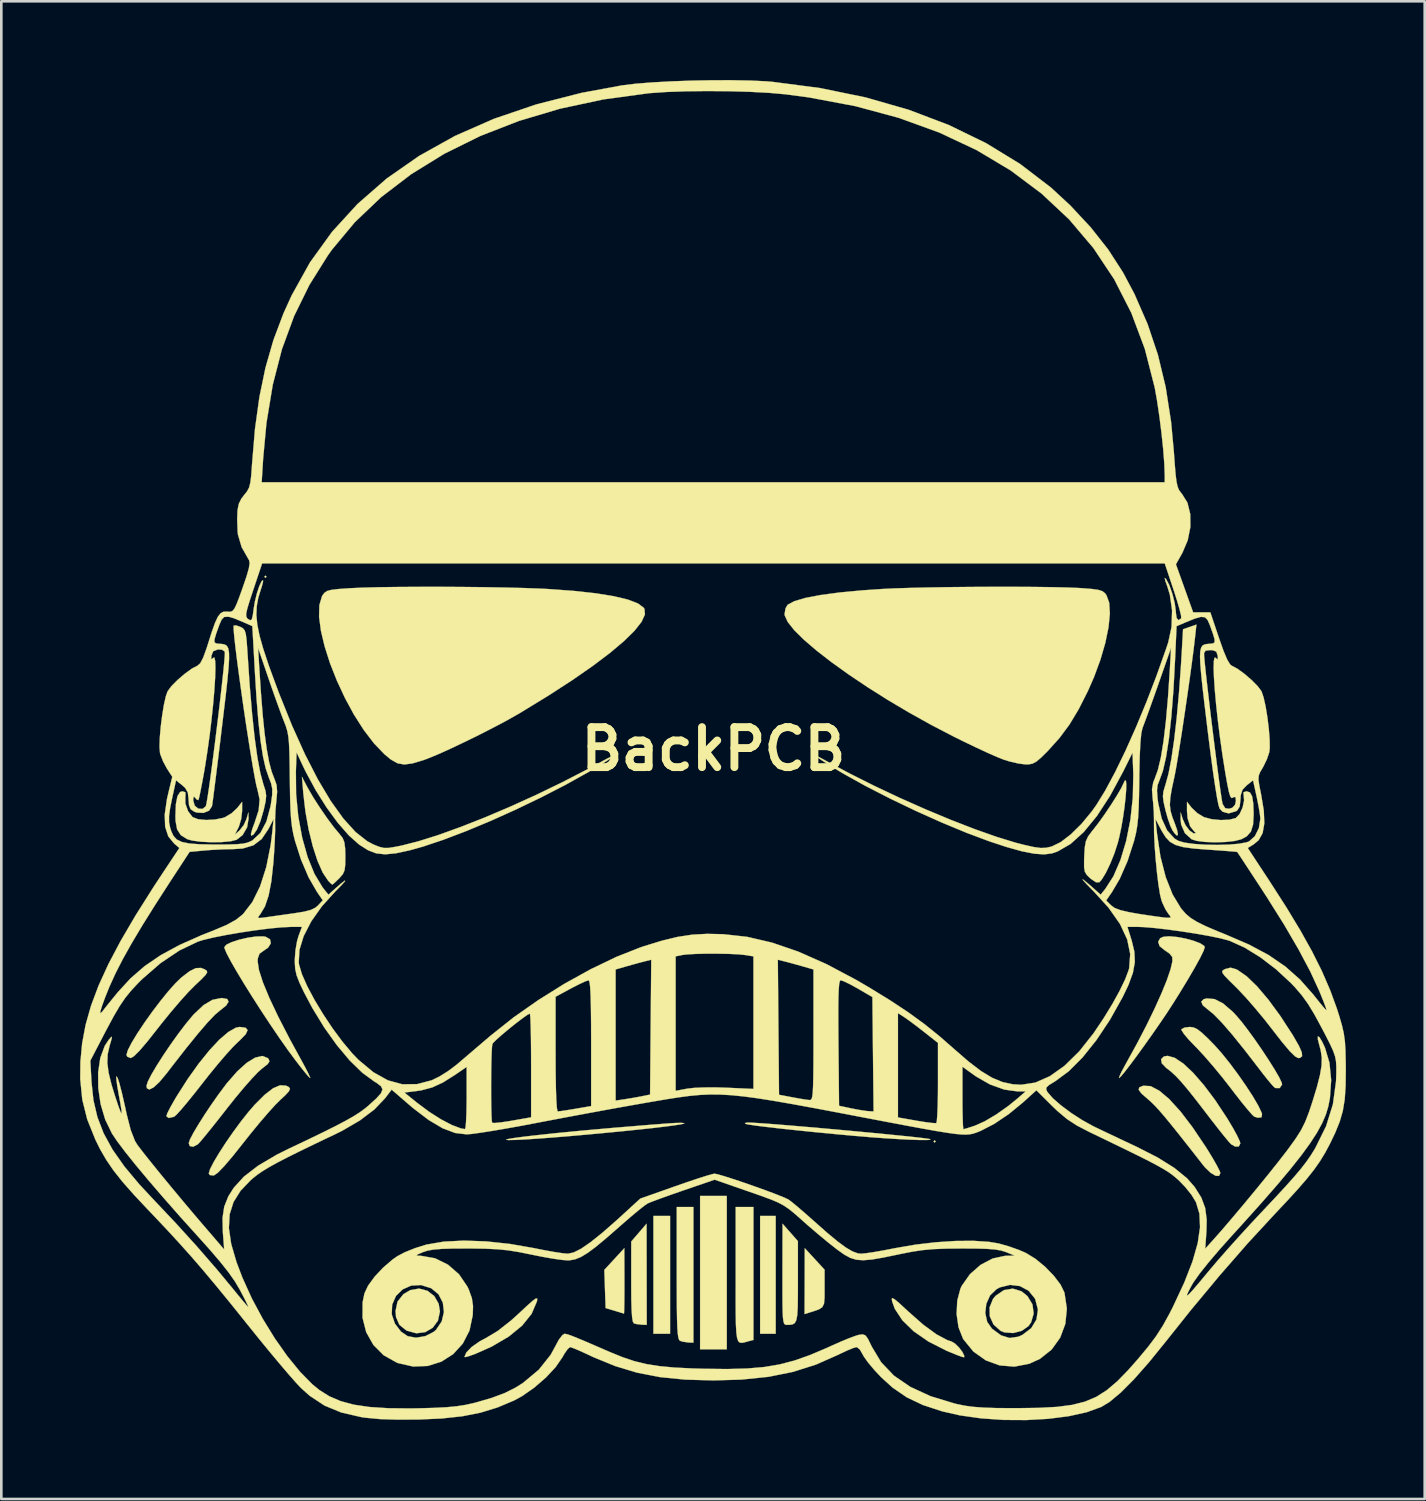
<source format=kicad_pcb>
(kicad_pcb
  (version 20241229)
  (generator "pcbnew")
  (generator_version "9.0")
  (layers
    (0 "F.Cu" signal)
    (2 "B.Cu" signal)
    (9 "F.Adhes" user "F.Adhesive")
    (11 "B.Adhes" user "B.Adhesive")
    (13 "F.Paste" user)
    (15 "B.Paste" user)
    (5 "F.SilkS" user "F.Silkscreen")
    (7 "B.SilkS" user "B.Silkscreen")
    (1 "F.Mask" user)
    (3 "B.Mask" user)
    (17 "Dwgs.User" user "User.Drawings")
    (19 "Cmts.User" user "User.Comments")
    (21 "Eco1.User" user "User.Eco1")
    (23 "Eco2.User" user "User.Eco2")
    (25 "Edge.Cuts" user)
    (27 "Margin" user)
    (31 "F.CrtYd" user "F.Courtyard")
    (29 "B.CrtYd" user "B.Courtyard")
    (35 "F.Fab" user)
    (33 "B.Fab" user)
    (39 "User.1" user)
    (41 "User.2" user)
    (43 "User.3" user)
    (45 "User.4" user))
  (footprint "BackPCB"
    (layer "F.Cu")
    (at 24.119 25.475)
    (property "Reference" "BackPCB" (at 0 0 0) (layer "F.SilkS") (effects (font (size 1.524 1.524) (thickness 0.3))))
    (attr through_hole)
    (fp_poly (pts (xy -17.018 -6.562) (xy -17.06 -6.519) (xy -17.103 -6.562) (xy -17.06 -6.604) (xy -17.018 -6.562)) (stroke (width 0.01) (type solid)) (fill yes) (layer "F.SilkS"))
    (fp_poly (pts (xy -1.651 22.267) (xy -2.286 22.267) (xy -2.286 17.78) (xy -1.651 17.78) (xy -1.651 22.267)) (stroke (width 0.01) (type solid)) (fill yes) (layer "F.SilkS"))
    (fp_poly (pts (xy 0.508 22.86) (xy -0.508 22.86) (xy -0.508 17.018) (xy 0.508 17.018) (xy 0.508 22.86)) (stroke (width 0.01) (type solid)) (fill yes) (layer "F.SilkS"))
    (fp_poly (pts (xy 2.371 22.267) (xy 1.778 22.267) (xy 1.778 17.78) (xy 2.371 17.78) (xy 2.371 22.267)) (stroke (width 0.01) (type solid)) (fill yes) (layer "F.SilkS"))
    (fp_poly (pts (xy 8.467 14.944) (xy 8.424 14.986) (xy 8.382 14.944) (xy 8.424 14.901) (xy 8.467 14.944)) (stroke (width 0.01) (type solid)) (fill yes) (layer "F.SilkS"))
    (fp_poly (pts (xy 3.856 19.418) (xy 4.233 19.828) (xy 4.233 20.542) (xy 4.232 20.895) (xy 4.212 21.119) (xy 4.147 21.254) (xy 4.013 21.341) (xy 3.784 21.42) (xy 3.662 21.457) (xy 3.471 21.517) (xy 3.475 20.262) (xy 3.478 19.008) (xy 3.856 19.418)) (stroke (width 0.01) (type solid)) (fill yes) (layer "F.SilkS"))
    (fp_poly (pts (xy -3.39 20.256) (xy -3.39 20.694) (xy -3.393 21.063) (xy -3.398 21.336) (xy -3.404 21.482) (xy -3.408 21.499) (xy -3.494 21.473) (xy -3.685 21.415) (xy -3.768 21.39) (xy -4.106 21.289) (xy -4.131 20.562) (xy -4.155 19.835) (xy -3.774 19.421) (xy -3.393 19.008) (xy -3.39 20.256)) (stroke (width 0.01) (type solid)) (fill yes) (layer "F.SilkS"))
    (fp_poly (pts (xy -2.543 20.003) (xy -2.54 21.929) (xy -2.731 21.922) (xy -2.931 21.898) (xy -3.027 21.873) (xy -3.067 21.81) (xy -3.096 21.65) (xy -3.116 21.373) (xy -3.128 20.965) (xy -3.131 20.407) (xy -3.131 20.292) (xy -3.13 18.754) (xy -2.838 18.415) (xy -2.546 18.076) (xy -2.543 20.003)) (stroke (width 0.01) (type solid)) (fill yes) (layer "F.SilkS"))
    (fp_poly (pts (xy -1.079 17.441) (xy -0.762 17.441) (xy -0.762 22.606) (xy -0.953 22.6) (xy -1.165 22.57) (xy -1.27 22.537) (xy -1.307 22.5) (xy -1.336 22.415) (xy -1.358 22.265) (xy -1.375 22.033) (xy -1.386 21.7) (xy -1.393 21.249) (xy -1.396 20.663) (xy -1.397 19.96) (xy -1.397 17.441) (xy -1.079 17.441)) (stroke (width 0.01) (type solid)) (fill yes) (layer "F.SilkS"))
    (fp_poly (pts (xy 1.524 22.502) (xy 1.333 22.553) (xy 1.198 22.591) (xy 1.09 22.614) (xy 1.006 22.606) (xy 0.944 22.549) (xy 0.901 22.427) (xy 0.873 22.224) (xy 0.856 21.923) (xy 0.848 21.507) (xy 0.846 20.961) (xy 0.847 20.266) (xy 0.847 20.024) (xy 0.847 17.441) (xy 1.524 17.441) (xy 1.524 22.502)) (stroke (width 0.01) (type solid)) (fill yes) (layer "F.SilkS"))
    (fp_poly (pts (xy -10.893 20.63) (xy -10.632 20.831) (xy -10.463 21.126) (xy -10.416 21.418) (xy -10.491 21.769) (xy -10.689 22.038) (xy -10.973 22.205) (xy -11.31 22.25) (xy -11.665 22.155) (xy -11.703 22.135) (xy -11.961 21.926) (xy -12.087 21.635) (xy -12.107 21.403) (xy -12.03 21.043) (xy -11.807 20.76) (xy -11.546 20.606) (xy -11.209 20.546) (xy -10.893 20.63)) (stroke (width 0.01) (type solid)) (fill yes) (layer "F.SilkS"))
    (fp_poly (pts (xy 11.732 20.651) (xy 11.959 20.834) (xy 12.149 21.148) (xy 12.196 21.496) (xy 12.098 21.832) (xy 12.001 21.972) (xy 11.745 22.154) (xy 11.415 22.24) (xy 11.083 22.216) (xy 10.931 22.154) (xy 10.665 21.914) (xy 10.524 21.602) (xy 10.516 21.263) (xy 10.646 20.942) (xy 10.746 20.821) (xy 11.063 20.605) (xy 11.401 20.548) (xy 11.732 20.651)) (stroke (width 0.01) (type solid)) (fill yes) (layer "F.SilkS"))
    (fp_poly (pts (xy 3.217 18.74) (xy 3.217 20.283) (xy 3.216 20.848) (xy 3.21 21.267) (xy 3.192 21.56) (xy 3.156 21.751) (xy 3.097 21.861) (xy 3.01 21.912) (xy 2.888 21.928) (xy 2.787 21.929) (xy 2.735 21.921) (xy 2.695 21.886) (xy 2.667 21.801) (xy 2.647 21.647) (xy 2.635 21.404) (xy 2.629 21.05) (xy 2.628 20.566) (xy 2.628 20.003) (xy 2.632 18.076) (xy 3.217 18.74)) (stroke (width 0.01) (type solid)) (fill yes) (layer "F.SilkS"))
    (fp_poly (pts (xy -6.714 20.994) (xy -6.724 21.04) (xy -6.925 21.51) (xy -7.286 21.958) (xy -7.798 22.377) (xy -8.452 22.76) (xy -9.055 23.028) (xy -9.29 23.113) (xy -9.445 23.155) (xy -9.483 23.152) (xy -9.409 22.978) (xy -9.209 22.772) (xy -8.914 22.564) (xy -8.67 22.433) (xy -8.217 22.162) (xy -7.699 21.755) (xy -7.397 21.481) (xy -7.088 21.193) (xy -6.883 21.011) (xy -6.764 20.925) (xy -6.714 20.924) (xy -6.714 20.994)) (stroke (width 0.01) (type solid)) (fill yes) (layer "F.SilkS"))
    (fp_poly (pts (xy 6.904 20.957) (xy 7.071 21.097) (xy 7.336 21.341) (xy 7.433 21.431) (xy 7.997 21.928) (xy 8.49 22.288) (xy 8.905 22.509) (xy 9.066 22.562) (xy 9.202 22.643) (xy 9.355 22.794) (xy 9.485 22.967) (xy 9.553 23.11) (xy 9.545 23.164) (xy 9.461 23.145) (xy 9.26 23.071) (xy 8.979 22.956) (xy 8.861 22.906) (xy 8.187 22.563) (xy 7.627 22.175) (xy 7.195 21.755) (xy 6.907 21.318) (xy 6.807 21.04) (xy 6.79 20.939) (xy 6.817 20.908) (xy 6.904 20.957)) (stroke (width 0.01) (type solid)) (fill yes) (layer "F.SilkS"))
    (fp_poly (pts (xy -15.448 1.482) (xy -15.247 1.829) (xy -14.987 2.233) (xy -14.705 2.642) (xy -14.435 3.002) (xy -14.237 3.239) (xy -14.121 3.387) (xy -14.055 3.55) (xy -14.025 3.783) (xy -14.017 4.078) (xy -14.021 4.404) (xy -14.047 4.615) (xy -14.112 4.763) (xy -14.23 4.902) (xy -14.252 4.924) (xy -14.407 5.075) (xy -14.503 5.159) (xy -14.514 5.165) (xy -14.581 5.11) (xy -14.673 5.014) (xy -14.879 4.706) (xy -15.077 4.258) (xy -15.258 3.701) (xy -15.415 3.065) (xy -15.538 2.38) (xy -15.618 1.693) (xy -15.671 1.058) (xy -15.448 1.482)) (stroke (width 0.01) (type solid)) (fill yes) (layer "F.SilkS"))
    (fp_poly (pts (xy -18.516 9.519) (xy -18.464 9.62) (xy -18.559 9.771) (xy -18.785 9.951) (xy -18.982 10.117) (xy -19.261 10.409) (xy -19.623 10.83) (xy -20.072 11.384) (xy -20.611 12.074) (xy -20.831 12.361) (xy -21.098 12.68) (xy -21.319 12.885) (xy -21.482 12.967) (xy -21.574 12.919) (xy -21.59 12.825) (xy -21.541 12.667) (xy -21.407 12.403) (xy -21.205 12.061) (xy -20.955 11.669) (xy -20.675 11.255) (xy -20.383 10.846) (xy -20.098 10.471) (xy -19.838 10.158) (xy -19.777 10.09) (xy -19.414 9.749) (xy -19.079 9.551) (xy -18.744 9.483) (xy -18.716 9.483) (xy -18.516 9.519)) (stroke (width 0.01) (type solid)) (fill yes) (layer "F.SilkS"))
    (fp_poly (pts (xy -17.817 10.613) (xy -17.739 10.704) (xy -17.812 10.862) (xy -18.034 11.091) (xy -18.095 11.145) (xy -18.289 11.335) (xy -18.557 11.63) (xy -18.873 11.999) (xy -19.21 12.411) (xy -19.462 12.732) (xy -19.771 13.125) (xy -20.052 13.472) (xy -20.287 13.749) (xy -20.457 13.934) (xy -20.538 14.003) (xy -20.742 14.051) (xy -20.825 13.991) (xy -20.828 13.96) (xy -20.787 13.848) (xy -20.676 13.632) (xy -20.516 13.35) (xy -20.438 13.219) (xy -20.018 12.561) (xy -19.599 11.974) (xy -19.193 11.471) (xy -18.815 11.067) (xy -18.476 10.776) (xy -18.192 10.613) (xy -18.044 10.583) (xy -17.817 10.613)) (stroke (width 0.01) (type solid)) (fill yes) (layer "F.SilkS"))
    (fp_poly (pts (xy -16.277 12.819) (xy -16.171 12.872) (xy -16.125 12.936) (xy -16.166 13.033) (xy -16.31 13.19) (xy -16.492 13.358) (xy -16.693 13.559) (xy -16.969 13.864) (xy -17.292 14.241) (xy -17.635 14.659) (xy -17.894 14.986) (xy -18.311 15.51) (xy -18.638 15.893) (xy -18.875 16.136) (xy -19.022 16.238) (xy -19.034 16.241) (xy -19.181 16.223) (xy -19.219 16.163) (xy -19.17 15.999) (xy -19.033 15.731) (xy -18.828 15.388) (xy -18.575 14.996) (xy -18.291 14.586) (xy -17.996 14.184) (xy -17.708 13.82) (xy -17.473 13.549) (xy -17.086 13.163) (xy -16.768 12.918) (xy -16.503 12.805) (xy -16.277 12.819)) (stroke (width 0.01) (type solid)) (fill yes) (layer "F.SilkS"))
    (fp_poly (pts (xy -1.108 14.249) (xy -1.108 14.257) (xy -1.211 14.287) (xy -1.461 14.327) (xy -1.835 14.377) (xy -2.312 14.433) (xy -2.868 14.493) (xy -3.482 14.556) (xy -4.13 14.619) (xy -4.792 14.68) (xy -5.445 14.738) (xy -6.065 14.789) (xy -6.632 14.832) (xy -7.123 14.865) (xy -7.515 14.885) (xy -7.787 14.891) (xy -7.816 14.891) (xy -7.899 14.879) (xy -7.825 14.853) (xy -7.604 14.814) (xy -7.246 14.766) (xy -6.9 14.725) (xy -6.024 14.63) (xy -4.986 14.53) (xy -3.794 14.424) (xy -2.458 14.314) (xy -1.736 14.258) (xy -1.429 14.239) (xy -1.208 14.236) (xy -1.108 14.249)) (stroke (width 0.01) (type solid)) (fill yes) (layer "F.SilkS"))
    (fp_poly (pts (xy 16.65 12.838) (xy 16.979 13.01) (xy 17.358 13.331) (xy 17.783 13.798) (xy 18.247 14.406) (xy 18.748 15.151) (xy 18.829 15.278) (xy 19.025 15.601) (xy 19.182 15.878) (xy 19.281 16.074) (xy 19.304 16.146) (xy 19.254 16.256) (xy 19.122 16.25) (xy 18.938 16.141) (xy 18.728 15.941) (xy 18.65 15.847) (xy 18.158 15.218) (xy 17.757 14.71) (xy 17.432 14.305) (xy 17.173 13.99) (xy 16.965 13.749) (xy 16.796 13.567) (xy 16.654 13.428) (xy 16.546 13.335) (xy 16.303 13.121) (xy 16.195 12.979) (xy 16.214 12.888) (xy 16.354 12.827) (xy 16.374 12.822) (xy 16.65 12.838)) (stroke (width 0.01) (type solid)) (fill yes) (layer "F.SilkS"))
    (fp_poly (pts (xy 17.567 11.759) (xy 17.894 11.977) (xy 18.266 12.326) (xy 18.673 12.793) (xy 19.104 13.366) (xy 19.546 14.034) (xy 19.59 14.104) (xy 19.787 14.435) (xy 19.944 14.723) (xy 20.042 14.932) (xy 20.066 15.015) (xy 20.009 15.134) (xy 19.868 15.138) (xy 19.715 15.05) (xy 19.62 14.948) (xy 19.445 14.737) (xy 19.21 14.442) (xy 18.937 14.091) (xy 18.779 13.885) (xy 18.386 13.374) (xy 18.073 12.98) (xy 17.82 12.68) (xy 17.609 12.454) (xy 17.421 12.281) (xy 17.237 12.138) (xy 17.072 11.966) (xy 17.047 11.81) (xy 17.157 11.706) (xy 17.299 11.684) (xy 17.567 11.759)) (stroke (width 0.01) (type solid)) (fill yes) (layer "F.SilkS"))
    (fp_poly (pts (xy 19.083 9.522) (xy 19.404 9.685) (xy 19.766 9.995) (xy 19.913 10.15) (xy 20.121 10.395) (xy 20.367 10.717) (xy 20.635 11.087) (xy 20.904 11.478) (xy 21.157 11.862) (xy 21.377 12.213) (xy 21.544 12.502) (xy 21.64 12.703) (xy 21.656 12.775) (xy 21.565 12.912) (xy 21.407 12.911) (xy 21.368 12.889) (xy 21.277 12.797) (xy 21.114 12.603) (xy 20.909 12.345) (xy 20.825 12.234) (xy 20.248 11.486) (xy 19.761 10.881) (xy 19.362 10.419) (xy 19.051 10.101) (xy 18.859 9.944) (xy 18.639 9.764) (xy 18.576 9.622) (xy 18.669 9.527) (xy 18.79 9.497) (xy 19.083 9.522)) (stroke (width 0.01) (type solid)) (fill yes) (layer "F.SilkS"))
    (fp_poly (pts (xy 19.898 8.383) (xy 19.96 8.413) (xy 20.307 8.654) (xy 20.702 9.036) (xy 21.133 9.544) (xy 21.587 10.162) (xy 22.05 10.875) (xy 22.091 10.942) (xy 22.299 11.306) (xy 22.407 11.553) (xy 22.418 11.699) (xy 22.336 11.763) (xy 22.272 11.769) (xy 22.148 11.703) (xy 21.945 11.503) (xy 21.66 11.165) (xy 21.323 10.732) (xy 20.988 10.303) (xy 20.623 9.863) (xy 20.269 9.458) (xy 19.965 9.134) (xy 19.913 9.083) (xy 19.634 8.808) (xy 19.461 8.628) (xy 19.381 8.516) (xy 19.379 8.449) (xy 19.441 8.402) (xy 19.495 8.376) (xy 19.691 8.326) (xy 19.898 8.383)) (stroke (width 0.01) (type solid)) (fill yes) (layer "F.SilkS"))
    (fp_poly (pts (xy -19.379 8.387) (xy -19.298 8.44) (xy -19.278 8.501) (xy -19.336 8.598) (xy -19.486 8.756) (xy -19.746 9.002) (xy -19.75 9.006) (xy -20 9.259) (xy -20.317 9.611) (xy -20.667 10.022) (xy -21.017 10.452) (xy -21.169 10.647) (xy -21.555 11.136) (xy -21.855 11.487) (xy -22.068 11.698) (xy -22.191 11.769) (xy -22.324 11.715) (xy -22.352 11.645) (xy -22.3 11.467) (xy -22.158 11.189) (xy -21.944 10.836) (xy -21.678 10.436) (xy -21.381 10.017) (xy -21.069 9.606) (xy -20.765 9.23) (xy -20.486 8.916) (xy -20.255 8.694) (xy -19.947 8.46) (xy -19.712 8.344) (xy -19.516 8.335) (xy -19.379 8.387)) (stroke (width 0.01) (type solid)) (fill yes) (layer "F.SilkS"))
    (fp_poly (pts (xy -16.973 11.768) (xy -16.94 11.803) (xy -16.907 11.894) (xy -16.978 12.001) (xy -17.175 12.156) (xy -17.185 12.163) (xy -17.347 12.307) (xy -17.587 12.56) (xy -17.882 12.895) (xy -18.208 13.286) (xy -18.516 13.674) (xy -18.833 14.079) (xy -19.122 14.442) (xy -19.364 14.74) (xy -19.54 14.95) (xy -19.631 15.049) (xy -19.631 15.05) (xy -19.813 15.146) (xy -19.942 15.119) (xy -19.981 15.005) (xy -19.934 14.866) (xy -19.805 14.619) (xy -19.612 14.294) (xy -19.374 13.918) (xy -19.108 13.521) (xy -18.834 13.132) (xy -18.57 12.78) (xy -18.516 12.71) (xy -18.128 12.268) (xy -17.768 11.945) (xy -17.447 11.75) (xy -17.178 11.688) (xy -16.973 11.768)) (stroke (width 0.01) (type solid)) (fill yes) (layer "F.SilkS"))
    (fp_poly (pts (xy 18.282 10.601) (xy 18.427 10.669) (xy 18.605 10.807) (xy 18.847 11.036) (xy 19.092 11.287) (xy 19.367 11.597) (xy 19.672 11.978) (xy 19.985 12.399) (xy 20.283 12.828) (xy 20.546 13.233) (xy 20.75 13.583) (xy 20.874 13.844) (xy 20.892 13.902) (xy 20.873 14.025) (xy 20.731 14.041) (xy 20.594 13.998) (xy 20.508 13.918) (xy 20.341 13.727) (xy 20.115 13.45) (xy 19.849 13.11) (xy 19.708 12.925) (xy 19.379 12.503) (xy 19.025 12.074) (xy 18.686 11.683) (xy 18.4 11.375) (xy 18.349 11.325) (xy 18.106 11.072) (xy 17.924 10.858) (xy 17.828 10.711) (xy 17.822 10.669) (xy 17.936 10.609) (xy 18.138 10.583) (xy 18.145 10.583) (xy 18.282 10.601)) (stroke (width 0.01) (type solid)) (fill yes) (layer "F.SilkS"))
    (fp_poly (pts (xy 1.516 14.232) (xy 1.848 14.253) (xy 2.292 14.286) (xy 2.826 14.329) (xy 3.429 14.38) (xy 4.076 14.436) (xy 4.747 14.496) (xy 5.419 14.558) (xy 6.068 14.619) (xy 6.674 14.678) (xy 7.213 14.732) (xy 7.663 14.779) (xy 8.002 14.818) (xy 8.207 14.846) (xy 8.255 14.856) (xy 8.255 14.88) (xy 8.108 14.89) (xy 7.835 14.888) (xy 7.458 14.875) (xy 6.999 14.851) (xy 6.479 14.818) (xy 5.919 14.777) (xy 5.376 14.731) (xy 4.597 14.66) (xy 3.855 14.588) (xy 3.168 14.518) (xy 2.556 14.453) (xy 2.035 14.393) (xy 1.625 14.342) (xy 1.343 14.3) (xy 1.207 14.271) (xy 1.199 14.266) (xy 1.233 14.232) (xy 1.32 14.224) (xy 1.516 14.232)) (stroke (width 0.01) (type solid)) (fill yes) (layer "F.SilkS"))
    (fp_poly (pts (xy 15.709 1.208) (xy 15.723 1.343) (xy 15.717 1.575) (xy 15.692 1.879) (xy 15.652 2.233) (xy 15.597 2.612) (xy 15.531 2.993) (xy 15.455 3.353) (xy 15.399 3.573) (xy 15.27 3.972) (xy 15.111 4.367) (xy 14.943 4.716) (xy 14.785 4.974) (xy 14.696 5.074) (xy 14.57 5.075) (xy 14.372 4.942) (xy 14.351 4.924) (xy 14.22 4.798) (xy 14.147 4.677) (xy 14.116 4.511) (xy 14.116 4.251) (xy 14.122 4.074) (xy 14.142 3.739) (xy 14.183 3.512) (xy 14.268 3.328) (xy 14.417 3.127) (xy 14.473 3.059) (xy 14.676 2.797) (xy 14.909 2.47) (xy 15.146 2.116) (xy 15.36 1.778) (xy 15.525 1.497) (xy 15.609 1.321) (xy 15.671 1.193) (xy 15.709 1.208)) (stroke (width 0.01) (type solid)) (fill yes) (layer "F.SilkS"))
    (fp_poly (pts (xy -17.049 7.15) (xy -16.884 7.248) (xy -16.856 7.4) (xy -16.961 7.565) (xy -17.103 7.662) (xy -17.285 7.792) (xy -17.351 7.971) (xy -17.357 8.086) (xy -17.307 8.417) (xy -17.158 8.882) (xy -16.913 9.476) (xy -16.572 10.196) (xy -16.137 11.039) (xy -15.704 11.832) (xy -15.541 12.132) (xy -15.421 12.368) (xy -15.36 12.507) (xy -15.358 12.531) (xy -15.425 12.468) (xy -15.568 12.298) (xy -15.766 12.05) (xy -15.91 11.862) (xy -16.209 11.458) (xy -16.537 10.991) (xy -16.881 10.484) (xy -17.229 9.957) (xy -17.565 9.433) (xy -17.878 8.932) (xy -18.153 8.476) (xy -18.377 8.086) (xy -18.537 7.783) (xy -18.619 7.589) (xy -18.627 7.546) (xy -18.55 7.452) (xy -18.347 7.353) (xy -18.063 7.261) (xy -17.741 7.186) (xy -17.423 7.14) (xy -17.154 7.134) (xy -17.049 7.15)) (stroke (width 0.01) (type solid)) (fill yes) (layer "F.SilkS"))
    (fp_poly (pts (xy 18.336 -4.212) (xy 18.289 -3.812) (xy 18.223 -3.307) (xy 18.144 -2.727) (xy 18.055 -2.1) (xy 17.961 -1.455) (xy 17.867 -0.824) (xy 17.776 -0.234) (xy 17.693 0.285) (xy 17.623 0.703) (xy 17.569 0.99) (xy 17.558 1.044) (xy 17.456 1.512) (xy 17.398 1.86) (xy 17.382 2.128) (xy 17.409 2.359) (xy 17.478 2.595) (xy 17.551 2.783) (xy 17.655 3.075) (xy 17.689 3.252) (xy 17.657 3.301) (xy 17.561 3.211) (xy 17.486 3.106) (xy 17.4 2.924) (xy 17.301 2.639) (xy 17.216 2.336) (xy 17.144 2.02) (xy 17.117 1.801) (xy 17.137 1.615) (xy 17.202 1.397) (xy 17.212 1.368) (xy 17.328 0.947) (xy 17.44 0.37) (xy 17.545 -0.346) (xy 17.642 -1.189) (xy 17.729 -2.144) (xy 17.805 -3.196) (xy 17.828 -3.572) (xy 17.884 -4.562) (xy 18.394 -4.74) (xy 18.336 -4.212)) (stroke (width 0.01) (type solid)) (fill yes) (layer "F.SilkS"))
    (fp_poly (pts (xy 17.659 7.158) (xy 17.984 7.219) (xy 18.293 7.304) (xy 18.543 7.401) (xy 18.69 7.499) (xy 18.711 7.546) (xy 18.666 7.686) (xy 18.537 7.949) (xy 18.335 8.317) (xy 18.07 8.771) (xy 17.752 9.294) (xy 17.501 9.694) (xy 17.272 10.047) (xy 17.003 10.444) (xy 16.712 10.863) (xy 16.416 11.28) (xy 16.132 11.673) (xy 15.875 12.018) (xy 15.664 12.291) (xy 15.515 12.47) (xy 15.446 12.531) (xy 15.462 12.463) (xy 15.546 12.283) (xy 15.684 12.025) (xy 15.744 11.917) (xy 16.132 11.213) (xy 16.486 10.532) (xy 16.798 9.891) (xy 17.061 9.307) (xy 17.268 8.8) (xy 17.409 8.386) (xy 17.479 8.083) (xy 17.473 7.92) (xy 17.365 7.786) (xy 17.177 7.657) (xy 17.177 7.657) (xy 16.991 7.506) (xy 16.936 7.341) (xy 17.014 7.203) (xy 17.134 7.15) (xy 17.361 7.131) (xy 17.659 7.158)) (stroke (width 0.01) (type solid)) (fill yes) (layer "F.SilkS"))
    (fp_poly (pts (xy -20.109 1.645) (xy -20.106 1.781) (xy -20.111 1.802) (xy -20.11 2.073) (xy -20.009 2.364) (xy -19.842 2.584) (xy -19.83 2.594) (xy -19.625 2.672) (xy -19.322 2.702) (xy -18.983 2.685) (xy -18.673 2.621) (xy -18.596 2.593) (xy -18.343 2.44) (xy -18.133 2.243) (xy -17.949 2.009) (xy -17.949 2.363) (xy -17.984 2.666) (xy -18.07 2.951) (xy -18.088 2.989) (xy -18.226 3.26) (xy -18.044 3.097) (xy -17.886 2.894) (xy -17.786 2.674) (xy -17.711 2.413) (xy -17.703 2.65) (xy -17.76 2.984) (xy -17.929 3.276) (xy -18.159 3.455) (xy -18.389 3.513) (xy -18.73 3.544) (xy -19.125 3.549) (xy -19.517 3.53) (xy -19.85 3.486) (xy -20.038 3.433) (xy -20.283 3.28) (xy -20.425 3.059) (xy -20.484 2.733) (xy -20.489 2.556) (xy -20.471 2.097) (xy -20.412 1.794) (xy -20.312 1.637) (xy -20.223 1.609) (xy -20.109 1.645)) (stroke (width 0.01) (type solid)) (fill yes) (layer "F.SilkS"))
    (fp_poly (pts (xy -18.012 -4.651) (xy -17.917 -4.598) (xy -17.852 -4.52) (xy -17.809 -4.386) (xy -17.779 -4.16) (xy -17.753 -3.81) (xy -17.743 -3.653) (xy -17.659 -2.412) (xy -17.568 -1.338) (xy -17.471 -0.428) (xy -17.367 0.321) (xy -17.256 0.911) (xy -17.138 1.345) (xy -17.13 1.368) (xy -17.058 1.593) (xy -17.033 1.777) (xy -17.052 1.985) (xy -17.118 2.283) (xy -17.131 2.336) (xy -17.253 2.752) (xy -17.385 3.067) (xy -17.515 3.257) (xy -17.603 3.302) (xy -17.612 3.232) (xy -17.563 3.048) (xy -17.476 2.815) (xy -17.318 2.329) (xy -17.282 1.918) (xy -17.363 1.551) (xy -17.407 1.385) (xy -17.467 1.084) (xy -17.541 0.672) (xy -17.624 0.172) (xy -17.714 -0.395) (xy -17.808 -1.004) (xy -17.901 -1.633) (xy -17.99 -2.261) (xy -18.073 -2.862) (xy -18.146 -3.416) (xy -18.206 -3.899) (xy -18.249 -4.288) (xy -18.272 -4.561) (xy -18.272 -4.695) (xy -18.269 -4.704) (xy -18.169 -4.705) (xy -18.012 -4.651)) (stroke (width 0.01) (type solid)) (fill yes) (layer "F.SilkS"))
    (fp_poly (pts (xy 20.431 1.652) (xy 20.513 1.797) (xy 20.558 2.066) (xy 20.573 2.48) (xy 20.573 2.482) (xy 20.551 2.876) (xy 20.469 3.144) (xy 20.31 3.325) (xy 20.104 3.436) (xy 19.85 3.501) (xy 19.499 3.54) (xy 19.104 3.552) (xy 18.72 3.538) (xy 18.401 3.497) (xy 18.213 3.438) (xy 17.955 3.204) (xy 17.811 2.876) (xy 17.79 2.667) (xy 17.795 2.413) (xy 17.867 2.655) (xy 17.977 2.9) (xy 18.13 3.102) (xy 18.283 3.21) (xy 18.322 3.216) (xy 18.369 3.192) (xy 18.322 3.153) (xy 18.157 2.951) (xy 18.057 2.635) (xy 18.034 2.365) (xy 18.034 2.009) (xy 18.218 2.243) (xy 18.431 2.443) (xy 18.68 2.593) (xy 18.973 2.672) (xy 19.32 2.705) (xy 19.649 2.691) (xy 19.89 2.628) (xy 19.895 2.625) (xy 20.04 2.472) (xy 20.153 2.224) (xy 20.209 1.957) (xy 20.193 1.779) (xy 20.185 1.645) (xy 20.303 1.609) (xy 20.304 1.609) (xy 20.431 1.652)) (stroke (width 0.01) (type solid)) (fill yes) (layer "F.SilkS"))
    (fp_poly (pts (xy -9.573 -6.173) (xy -8.732 -6.164) (xy -7.936 -6.15) (xy -7.214 -6.132) (xy -6.597 -6.109) (xy -6.293 -6.094) (xy -5.32 -6.023) (xy -4.487 -5.932) (xy -3.798 -5.821) (xy -3.26 -5.692) (xy -2.878 -5.546) (xy -2.658 -5.384) (xy -2.627 -5.338) (xy -2.608 -5.126) (xy -2.736 -4.846) (xy -3.005 -4.505) (xy -3.41 -4.107) (xy -3.945 -3.657) (xy -4.603 -3.16) (xy -5.379 -2.622) (xy -6.267 -2.046) (xy -7.26 -1.438) (xy -7.436 -1.333) (xy -7.86 -1.093) (xy -8.367 -0.824) (xy -8.92 -0.541) (xy -9.485 -0.264) (xy -10.025 -0.008) (xy -10.506 0.208) (xy -10.892 0.367) (xy -11.037 0.42) (xy -11.457 0.546) (xy -11.773 0.589) (xy -12.034 0.542) (xy -12.288 0.397) (xy -12.528 0.198) (xy -12.929 -0.219) (xy -13.319 -0.73) (xy -13.69 -1.312) (xy -14.032 -1.943) (xy -14.338 -2.6) (xy -14.599 -3.26) (xy -14.804 -3.901) (xy -14.947 -4.5) (xy -15.018 -5.035) (xy -15.007 -5.481) (xy -14.907 -5.818) (xy -14.881 -5.863) (xy -14.808 -5.955) (xy -14.711 -6.019) (xy -14.555 -6.061) (xy -14.305 -6.092) (xy -13.928 -6.119) (xy -13.837 -6.125) (xy -13.371 -6.146) (xy -12.767 -6.162) (xy -12.055 -6.172) (xy -11.265 -6.177) (xy -10.427 -6.178) (xy -9.573 -6.173)) (stroke (width 0.01) (type solid)) (fill yes) (layer "F.SilkS"))
    (fp_poly (pts (xy 11.438 -6.178) (xy 12.194 -6.174) (xy 12.877 -6.165) (xy 13.458 -6.152) (xy 13.909 -6.134) (xy 14.048 -6.125) (xy 14.422 -6.095) (xy 14.665 -6.06) (xy 14.816 -6.01) (xy 14.912 -5.934) (xy 14.969 -5.858) (xy 15.073 -5.567) (xy 15.097 -5.153) (xy 15.046 -4.639) (xy 14.925 -4.048) (xy 14.739 -3.406) (xy 14.491 -2.734) (xy 14.259 -2.207) (xy 13.907 -1.511) (xy 13.558 -0.932) (xy 13.18 -0.423) (xy 12.742 0.064) (xy 12.483 0.322) (xy 12.297 0.479) (xy 12.145 0.559) (xy 11.989 0.585) (xy 11.892 0.586) (xy 11.624 0.553) (xy 11.288 0.476) (xy 11.057 0.405) (xy 10.816 0.309) (xy 10.46 0.153) (xy 10.026 -0.048) (xy 9.548 -0.277) (xy 9.152 -0.473) (xy 8.294 -0.919) (xy 7.451 -1.389) (xy 6.636 -1.872) (xy 5.862 -2.361) (xy 5.143 -2.844) (xy 4.491 -3.312) (xy 3.92 -3.755) (xy 3.444 -4.164) (xy 3.075 -4.529) (xy 2.828 -4.841) (xy 2.715 -5.089) (xy 2.709 -5.145) (xy 2.746 -5.359) (xy 2.825 -5.494) (xy 3.079 -5.63) (xy 3.497 -5.754) (xy 4.072 -5.864) (xy 4.801 -5.962) (xy 5.677 -6.044) (xy 6.435 -6.096) (xy 6.922 -6.119) (xy 7.532 -6.138) (xy 8.236 -6.154) (xy 9.007 -6.166) (xy 9.816 -6.174) (xy 10.636 -6.178) (xy 11.438 -6.178)) (stroke (width 0.01) (type solid)) (fill yes) (layer "F.SilkS"))
    (fp_poly (pts (xy 0.179 16.199) (xy 0.44 16.276) (xy 0.79 16.388) (xy 1.196 16.525) (xy 1.622 16.674) (xy 2.035 16.823) (xy 2.4 16.961) (xy 2.683 17.074) (xy 2.85 17.151) (xy 2.86 17.158) (xy 2.997 17.26) (xy 3.226 17.45) (xy 3.516 17.701) (xy 3.834 17.982) (xy 4.331 18.422) (xy 4.729 18.752) (xy 5.044 18.984) (xy 5.294 19.131) (xy 5.496 19.205) (xy 5.622 19.219) (xy 5.805 19.202) (xy 6.111 19.157) (xy 6.499 19.089) (xy 6.926 19.006) (xy 6.943 19.003) (xy 7.696 18.873) (xy 8.465 18.783) (xy 9.212 18.734) (xy 9.901 18.728) (xy 10.493 18.767) (xy 10.864 18.829) (xy 11.249 18.939) (xy 11.648 19.081) (xy 11.901 19.191) (xy 12.264 19.414) (xy 12.629 19.714) (xy 12.959 20.054) (xy 13.218 20.394) (xy 13.365 20.696) (xy 13.369 20.707) (xy 13.46 21.314) (xy 13.401 21.892) (xy 13.204 22.418) (xy 12.88 22.869) (xy 12.44 23.22) (xy 12.033 23.408) (xy 11.462 23.519) (xy 10.897 23.472) (xy 10.368 23.278) (xy 9.903 22.948) (xy 9.528 22.491) (xy 9.5 22.445) (xy 9.333 22.021) (xy 9.261 21.521) (xy 9.263 21.48) (xy 10.352 21.48) (xy 10.426 21.816) (xy 10.606 22.073) (xy 10.955 22.329) (xy 11.281 22.429) (xy 11.611 22.38) (xy 11.765 22.311) (xy 12.101 22.056) (xy 12.302 21.724) (xy 12.358 21.348) (xy 12.257 20.958) (xy 12.239 20.921) (xy 12 20.627) (xy 11.672 20.452) (xy 11.296 20.406) (xy 10.912 20.5) (xy 10.783 20.568) (xy 10.536 20.806) (xy 10.391 21.127) (xy 10.352 21.48) (xy 9.263 21.48) (xy 9.285 21.009) (xy 9.406 20.55) (xy 9.458 20.439) (xy 9.77 19.997) (xy 10.175 19.642) (xy 10.635 19.401) (xy 11.11 19.299) (xy 11.152 19.298) (xy 11.472 19.292) (xy 11.134 19.154) (xy 10.956 19.098) (xy 10.725 19.059) (xy 10.411 19.034) (xy 9.985 19.022) (xy 9.44 19.02) (xy 8.857 19.026) (xy 8.388 19.044) (xy 7.98 19.081) (xy 7.579 19.14) (xy 7.131 19.228) (xy 7.037 19.248) (xy 6.471 19.365) (xy 6.038 19.44) (xy 5.704 19.468) (xy 5.438 19.448) (xy 5.207 19.376) (xy 4.978 19.25) (xy 4.721 19.067) (xy 4.69 19.043) (xy 4.378 18.798) (xy 4 18.485) (xy 3.612 18.154) (xy 3.395 17.961) (xy 3.121 17.718) (xy 2.9 17.536) (xy 2.695 17.394) (xy 2.472 17.273) (xy 2.194 17.155) (xy 1.826 17.019) (xy 1.356 16.855) (xy 0.046 16.4) (xy -1.141 16.807) (xy -1.576 16.958) (xy -1.965 17.097) (xy -2.275 17.211) (xy -2.471 17.289) (xy -2.51 17.307) (xy -2.637 17.395) (xy -2.862 17.574) (xy -3.155 17.819) (xy -3.487 18.107) (xy -3.588 18.196) (xy -4.081 18.627) (xy -4.474 18.953) (xy -4.788 19.187) (xy -5.043 19.342) (xy -5.261 19.431) (xy -5.463 19.469) (xy -5.555 19.473) (xy -5.774 19.455) (xy -6.112 19.407) (xy -6.521 19.335) (xy -6.952 19.248) (xy -7.416 19.155) (xy -7.821 19.09) (xy -8.224 19.05) (xy -8.677 19.028) (xy -9.235 19.02) (xy -9.356 19.02) (xy -9.917 19.022) (xy -10.339 19.035) (xy -10.649 19.06) (xy -10.878 19.1) (xy -11.049 19.154) (xy -11.253 19.24) (xy -11.311 19.281) (xy -11.233 19.295) (xy -11.134 19.299) (xy -10.602 19.393) (xy -10.11 19.635) (xy -9.688 20.003) (xy -9.368 20.474) (xy -9.315 20.589) (xy -9.199 20.911) (xy -9.155 21.212) (xy -9.166 21.562) (xy -9.289 22.144) (xy -9.544 22.641) (xy -9.909 23.041) (xy -10.36 23.33) (xy -10.876 23.493) (xy -11.433 23.516) (xy -12.01 23.385) (xy -12.057 23.367) (xy -12.559 23.086) (xy -12.951 22.692) (xy -13.223 22.208) (xy -13.363 21.659) (xy -13.362 21.527) (xy -12.251 21.527) (xy -12.13 21.882) (xy -11.897 22.187) (xy -11.642 22.36) (xy -11.325 22.418) (xy -10.972 22.358) (xy -10.654 22.196) (xy -10.564 22.118) (xy -10.348 21.799) (xy -10.263 21.44) (xy -10.305 21.081) (xy -10.469 20.765) (xy -10.749 20.533) (xy -10.75 20.533) (xy -11.138 20.412) (xy -11.51 20.433) (xy -11.837 20.578) (xy -12.089 20.826) (xy -12.235 21.158) (xy -12.251 21.527) (xy -13.362 21.527) (xy -13.36 21.07) (xy -13.29 20.729) (xy -13.152 20.436) (xy -12.905 20.097) (xy -12.584 19.754) (xy -12.225 19.445) (xy -12.035 19.312) (xy -11.745 19.16) (xy -11.362 19.007) (xy -10.96 18.88) (xy -10.914 18.869) (xy -10.271 18.759) (xy -9.508 18.72) (xy -8.658 18.749) (xy -7.753 18.846) (xy -6.868 19) (xy -6.44 19.085) (xy -6.049 19.155) (xy -5.736 19.202) (xy -5.545 19.219) (xy -5.543 19.219) (xy -5.324 19.172) (xy -5.036 19.027) (xy -4.671 18.775) (xy -4.218 18.411) (xy -3.667 17.927) (xy -3.531 17.803) (xy -2.787 17.121) (xy -1.443 16.646) (xy -0.988 16.488) (xy -0.581 16.352) (xy -0.253 16.248) (xy -0.032 16.186) (xy 0.042 16.171) (xy 0.179 16.199)) (stroke (width 0.01) (type solid)) (fill yes) (layer "F.SilkS"))
    (fp_poly (pts (xy 1.406 -25.457) (xy 2.006 -25.429) (xy 2.244 -25.409) (xy 4.066 -25.171) (xy 5.797 -24.815) (xy 7.432 -24.346) (xy 8.962 -23.765) (xy 10.38 -23.075) (xy 11.679 -22.281) (xy 12.852 -21.384) (xy 13.584 -20.707) (xy 14.373 -19.861) (xy 15.033 -19.024) (xy 15.597 -18.151) (xy 16.035 -17.326) (xy 16.535 -16.18) (xy 16.928 -15.009) (xy 17.224 -13.778) (xy 17.429 -12.456) (xy 17.532 -11.345) (xy 17.57 -10.825) (xy 17.602 -10.445) (xy 17.636 -10.178) (xy 17.676 -9.996) (xy 17.727 -9.87) (xy 17.796 -9.772) (xy 17.838 -9.725) (xy 18.051 -9.383) (xy 18.159 -8.946) (xy 18.163 -8.455) (xy 18.062 -7.949) (xy 17.861 -7.476) (xy 17.613 -7.035) (xy 18.268 -5.207) (xy 18.923 -5.207) (xy 19.257 -4.213) (xy 19.428 -3.731) (xy 19.567 -3.403) (xy 19.679 -3.219) (xy 19.743 -3.17) (xy 19.951 -3.061) (xy 20.218 -2.867) (xy 20.494 -2.63) (xy 20.728 -2.393) (xy 20.871 -2.201) (xy 20.95 -1.972) (xy 21.028 -1.624) (xy 21.097 -1.206) (xy 21.15 -0.768) (xy 21.182 -0.361) (xy 21.186 -0.034) (xy 21.168 0.119) (xy 21.078 0.387) (xy 20.939 0.675) (xy 20.908 0.727) (xy 20.814 0.887) (xy 20.765 1.019) (xy 20.757 1.172) (xy 20.789 1.395) (xy 20.856 1.727) (xy 20.959 2.345) (xy 20.979 2.831) (xy 20.915 3.2) (xy 20.764 3.47) (xy 20.577 3.627) (xy 20.348 3.768) (xy 21.183 5.038) (xy 21.819 6.028) (xy 22.355 6.914) (xy 22.803 7.719) (xy 23.176 8.466) (xy 23.484 9.178) (xy 23.74 9.879) (xy 23.843 10.202) (xy 23.938 10.533) (xy 24.004 10.822) (xy 24.046 11.117) (xy 24.069 11.463) (xy 24.079 11.909) (xy 24.082 12.192) (xy 24.075 12.826) (xy 24.041 13.34) (xy 23.969 13.779) (xy 23.85 14.192) (xy 23.673 14.626) (xy 23.48 15.028) (xy 23.298 15.369) (xy 23.103 15.69) (xy 22.876 16.014) (xy 22.598 16.365) (xy 22.251 16.766) (xy 21.816 17.241) (xy 21.367 17.718) (xy 20.345 18.825) (xy 19.272 20.055) (xy 18.171 21.379) (xy 17.226 22.564) (xy 16.586 23.354) (xy 16.014 24.003) (xy 15.512 24.507) (xy 15.082 24.865) (xy 14.77 25.054) (xy 14.214 25.256) (xy 13.529 25.407) (xy 12.75 25.507) (xy 11.912 25.554) (xy 11.048 25.549) (xy 10.192 25.489) (xy 9.379 25.374) (xy 8.715 25.223) (xy 7.977 24.981) (xy 7.362 24.688) (xy 6.822 24.318) (xy 6.39 23.926) (xy 6.12 23.637) (xy 5.888 23.36) (xy 5.727 23.135) (xy 5.681 23.05) (xy 5.575 22.866) (xy 5.462 22.777) (xy 5.449 22.775) (xy 5.32 22.812) (xy 5.087 22.908) (xy 4.797 23.044) (xy 4.742 23.071) (xy 3.901 23.443) (xy 3.029 23.719) (xy 2.095 23.907) (xy 1.067 24.013) (xy 0 24.044) (xy -1.078 24.014) (xy -2.036 23.918) (xy -2.913 23.748) (xy -3.747 23.496) (xy -4.578 23.155) (xy -4.739 23.079) (xy -5.041 22.939) (xy -5.289 22.833) (xy -5.439 22.779) (xy -5.459 22.775) (xy -5.545 22.844) (xy -5.67 23.02) (xy -5.749 23.159) (xy -6.008 23.536) (xy -6.38 23.935) (xy -6.821 24.317) (xy -7.286 24.641) (xy -7.592 24.808) (xy -8.224 25.074) (xy -8.868 25.272) (xy -9.562 25.409) (xy -10.344 25.494) (xy -11.218 25.533) (xy -12.028 25.538) (xy -12.695 25.517) (xy -13.244 25.466) (xy -13.412 25.441) (xy -14.169 25.267) (xy -14.81 25.003) (xy -15.376 24.629) (xy -15.706 24.334) (xy -15.894 24.133) (xy -16.168 23.823) (xy -16.507 23.425) (xy -16.892 22.964) (xy -17.303 22.463) (xy -17.721 21.943) (xy -17.727 21.937) (xy -18.352 21.158) (xy -18.901 20.486) (xy -19.399 19.89) (xy -19.872 19.342) (xy -20.345 18.812) (xy -20.844 18.271) (xy -21.394 17.689) (xy -21.553 17.523) (xy -22.082 16.959) (xy -22.506 16.477) (xy -22.845 16.05) (xy -23.12 15.648) (xy -23.355 15.243) (xy -23.539 14.87) (xy -23.849 14.098) (xy -24.036 13.349) (xy -24.114 12.563) (xy -24.107 11.904) (xy -24.103 11.867) (xy -23.729 11.867) (xy -23.684 12.686) (xy -23.611 13.372) (xy -23.461 14.013) (xy -23.223 14.632) (xy -22.884 15.252) (xy -22.433 15.895) (xy -21.858 16.583) (xy -21.294 17.187) (xy -20.48 18.049) (xy -19.674 18.937) (xy -18.92 19.805) (xy -18.33 20.516) (xy -18.091 20.81) (xy -17.893 21.048) (xy -17.758 21.204) (xy -17.711 21.251) (xy -17.735 21.182) (xy -17.824 20.998) (xy -17.961 20.732) (xy -18.037 20.589) (xy -18.222 20.275) (xy -18.468 19.926) (xy -18.79 19.52) (xy -19.205 19.036) (xy -19.616 18.578) (xy -20.304 17.815) (xy -20.937 17.096) (xy -21.506 16.434) (xy -21.999 15.844) (xy -22.406 15.336) (xy -22.715 14.925) (xy -22.904 14.644) (xy -23.162 14.112) (xy -23.337 13.523) (xy -23.427 12.911) (xy -23.432 12.314) (xy -23.351 11.767) (xy -23.181 11.305) (xy -23.033 11.079) (xy -22.939 10.97) (xy -22.905 10.958) (xy -22.926 11.067) (xy -22.996 11.303) (xy -23.068 11.621) (xy -23.082 11.949) (xy -23.034 12.325) (xy -22.921 12.785) (xy -22.777 13.25) (xy -22.653 13.62) (xy -22.573 13.829) (xy -22.537 13.878) (xy -22.541 13.764) (xy -22.586 13.488) (xy -22.647 13.158) (xy -22.702 12.845) (xy -22.735 12.604) (xy -22.741 12.475) (xy -22.738 12.465) (xy -22.694 12.514) (xy -22.624 12.723) (xy -22.527 13.096) (xy -22.404 13.633) (xy -22.34 13.928) (xy -22.192 14.505) (xy -22.034 14.914) (xy -21.94 15.071) (xy -21.732 15.343) (xy -21.436 15.716) (xy -21.073 16.164) (xy -20.665 16.66) (xy -20.235 17.177) (xy -19.805 17.688) (xy -19.474 18.076) (xy -18.632 19.056) (xy -18.683 18.39) (xy -18.686 18.244) (xy -18.453 18.244) (xy -18.365 18.845) (xy -18.162 19.541) (xy -17.935 20.138) (xy -17.58 20.92) (xy -17.164 21.696) (xy -16.706 22.44) (xy -16.226 23.122) (xy -15.743 23.715) (xy -15.276 24.19) (xy -15.008 24.41) (xy -14.626 24.649) (xy -14.194 24.834) (xy -13.69 24.969) (xy -13.093 25.057) (xy -12.381 25.103) (xy -11.53 25.111) (xy -11.261 25.107) (xy -10.65 25.09) (xy -10.17 25.066) (xy -9.782 25.029) (xy -9.446 24.977) (xy -9.124 24.905) (xy -9.063 24.89) (xy -8.447 24.711) (xy -7.953 24.527) (xy -7.535 24.318) (xy -7.252 24.139) (xy -6.651 23.638) (xy -6.198 23.068) (xy -6.027 22.755) (xy -5.886 22.493) (xy -5.754 22.32) (xy -5.673 22.27) (xy -5.613 22.276) (xy -5.524 22.3) (xy -5.387 22.349) (xy -5.178 22.433) (xy -4.878 22.559) (xy -4.465 22.737) (xy -3.936 22.966) (xy -3.459 23.16) (xy -3.012 23.31) (xy -2.558 23.421) (xy -2.062 23.5) (xy -1.489 23.554) (xy -0.803 23.588) (xy -0.339 23.601) (xy 0.538 23.611) (xy 1.284 23.59) (xy 1.934 23.534) (xy 2.525 23.434) (xy 3.093 23.285) (xy 3.675 23.079) (xy 4.306 22.812) (xy 4.489 22.728) (xy 4.854 22.566) (xy 5.187 22.429) (xy 5.444 22.336) (xy 5.547 22.307) (xy 5.688 22.291) (xy 5.789 22.33) (xy 5.882 22.457) (xy 6.003 22.701) (xy 6.029 22.757) (xy 6.387 23.352) (xy 6.875 23.863) (xy 7.501 24.292) (xy 8.269 24.645) (xy 9.185 24.924) (xy 9.293 24.95) (xy 9.589 25.01) (xy 9.911 25.052) (xy 10.293 25.08) (xy 10.768 25.096) (xy 11.37 25.101) (xy 11.557 25.101) (xy 12.39 25.089) (xy 13.082 25.052) (xy 13.66 24.976) (xy 14.151 24.852) (xy 14.583 24.669) (xy 14.983 24.414) (xy 15.378 24.078) (xy 15.796 23.649) (xy 16.159 23.238) (xy 16.549 22.771) (xy 16.855 22.363) (xy 17.116 21.957) (xy 17.371 21.494) (xy 17.499 21.242) (xy 17.929 20.322) (xy 18.243 19.517) (xy 18.443 18.816) (xy 18.531 18.211) (xy 18.508 17.695) (xy 18.377 17.258) (xy 18.373 17.25) (xy 18.209 16.982) (xy 17.967 16.678) (xy 17.726 16.429) (xy 17.597 16.315) (xy 17.466 16.209) (xy 17.316 16.103) (xy 17.13 15.988) (xy 16.892 15.854) (xy 16.585 15.692) (xy 16.192 15.494) (xy 15.697 15.251) (xy 15.082 14.952) (xy 14.332 14.591) (xy 14.309 14.58) (xy 13.838 14.335) (xy 13.46 14.088) (xy 13.104 13.788) (xy 12.901 13.594) (xy 12.299 12.995) (xy 11.781 13.464) (xy 11.244 13.904) (xy 10.693 14.274) (xy 10.173 14.543) (xy 9.987 14.616) (xy 9.876 14.65) (xy 9.757 14.673) (xy 9.616 14.683) (xy 9.434 14.678) (xy 9.197 14.655) (xy 8.888 14.612) (xy 8.49 14.547) (xy 7.988 14.458) (xy 7.365 14.343) (xy 6.605 14.2) (xy 5.884 14.062) (xy 5.708 14.029) (xy 7.027 14.029) (xy 7.726 14.152) (xy 8.053 14.205) (xy 8.315 14.239) (xy 8.468 14.248) (xy 8.488 14.245) (xy 8.508 14.154) (xy 8.526 13.922) (xy 8.54 13.576) (xy 8.546 13.288) (xy 9.483 13.288) (xy 9.485 13.715) (xy 9.493 14.074) (xy 9.503 14.335) (xy 9.517 14.467) (xy 9.522 14.478) (xy 9.618 14.453) (xy 9.82 14.389) (xy 9.965 14.341) (xy 10.335 14.175) (xy 10.773 13.915) (xy 11.233 13.59) (xy 11.596 13.294) (xy 11.889 13.039) (xy 11.59 13.039) (xy 11.169 12.981) (xy 12.676 12.981) (xy 12.726 13.07) (xy 12.924 13.298) (xy 13.235 13.569) (xy 13.621 13.857) (xy 14.043 14.13) (xy 14.461 14.362) (xy 14.52 14.391) (xy 14.891 14.568) (xy 15.347 14.784) (xy 15.821 15.008) (xy 16.11 15.144) (xy 16.911 15.552) (xy 17.55 15.95) (xy 18.033 16.344) (xy 18.323 16.673) (xy 18.579 17.081) (xy 18.727 17.478) (xy 18.785 17.923) (xy 18.774 18.375) (xy 18.729 19.027) (xy 19.044 18.679) (xy 19.377 18.301) (xy 19.777 17.833) (xy 20.218 17.309) (xy 20.669 16.763) (xy 21.104 16.23) (xy 21.492 15.744) (xy 21.807 15.339) (xy 21.89 15.229) (xy 22.173 14.837) (xy 22.378 14.514) (xy 22.536 14.198) (xy 22.679 13.83) (xy 22.805 13.451) (xy 22.982 12.872) (xy 23.098 12.417) (xy 23.159 12.055) (xy 23.167 11.753) (xy 23.127 11.479) (xy 23.086 11.324) (xy 23.018 11.059) (xy 23.018 10.942) (xy 23.076 10.971) (xy 23.181 11.144) (xy 23.286 11.367) (xy 23.46 11.947) (xy 23.525 12.607) (xy 23.478 13.289) (xy 23.413 13.62) (xy 23.319 13.928) (xy 23.177 14.257) (xy 22.98 14.617) (xy 22.718 15.02) (xy 22.384 15.478) (xy 21.968 16.003) (xy 21.462 16.607) (xy 20.856 17.3) (xy 20.143 18.095) (xy 19.753 18.523) (xy 19.267 19.067) (xy 18.851 19.556) (xy 18.519 19.973) (xy 18.287 20.299) (xy 18.21 20.428) (xy 18.094 20.648) (xy 18.035 20.781) (xy 18.04 20.818) (xy 18.118 20.752) (xy 18.277 20.578) (xy 18.525 20.287) (xy 18.87 19.872) (xy 18.92 19.812) (xy 19.222 19.457) (xy 19.607 19.019) (xy 20.039 18.538) (xy 20.484 18.053) (xy 20.858 17.653) (xy 21.373 17.106) (xy 21.786 16.659) (xy 22.113 16.293) (xy 22.371 15.988) (xy 22.576 15.723) (xy 22.745 15.48) (xy 22.896 15.237) (xy 22.919 15.198) (xy 23.331 14.364) (xy 23.591 13.529) (xy 23.71 12.651) (xy 23.72 12.359) (xy 23.721 12.097) (xy 23.709 11.889) (xy 23.672 11.698) (xy 23.598 11.488) (xy 23.475 11.222) (xy 23.292 10.863) (xy 23.16 10.611) (xy 22.886 10.105) (xy 22.647 9.711) (xy 22.411 9.383) (xy 22.149 9.077) (xy 21.985 8.905) (xy 21.423 8.385) (xy 20.824 7.928) (xy 20.227 7.56) (xy 19.671 7.308) (xy 19.608 7.287) (xy 19.31 7.208) (xy 18.886 7.121) (xy 18.378 7.031) (xy 17.831 6.946) (xy 17.286 6.871) (xy 16.787 6.814) (xy 16.376 6.78) (xy 16.181 6.773) (xy 15.766 6.773) (xy 15.931 7.303) (xy 16.031 7.721) (xy 16.048 8.114) (xy 15.975 8.52) (xy 15.806 8.982) (xy 15.589 9.437) (xy 15.101 10.309) (xy 14.586 11.083) (xy 14.058 11.743) (xy 13.531 12.271) (xy 13.018 12.65) (xy 13.002 12.659) (xy 12.778 12.797) (xy 12.678 12.892) (xy 12.676 12.981) (xy 11.169 12.981) (xy 11.078 12.969) (xy 10.53 12.772) (xy 9.999 12.468) (xy 9.964 12.443) (xy 9.483 12.098) (xy 9.483 13.288) (xy 8.546 13.288) (xy 8.549 13.143) (xy 8.551 12.702) (xy 8.551 11.191) (xy 8.022 10.773) (xy 7.736 10.551) (xy 7.47 10.353) (xy 7.277 10.216) (xy 7.26 10.205) (xy 7.027 10.056) (xy 7.027 14.029) (xy 5.708 14.029) (xy 4.78 13.851) (xy 3.824 13.671) (xy 3 13.52) (xy 2.291 13.397) (xy 1.679 13.3) (xy 1.147 13.229) (xy 0.678 13.182) (xy 0.255 13.158) (xy -0.14 13.155) (xy -0.524 13.173) (xy -0.914 13.21) (xy -1.327 13.265) (xy -1.781 13.336) (xy -2.292 13.423) (xy -2.455 13.451) (xy -3.136 13.57) (xy -3.926 13.712) (xy -4.77 13.867) (xy -5.612 14.024) (xy -6.396 14.173) (xy -6.689 14.229) (xy -7.31 14.347) (xy -7.901 14.453) (xy -8.435 14.544) (xy -8.882 14.614) (xy -9.217 14.659) (xy -9.398 14.674) (xy -9.834 14.622) (xy -10.31 14.443) (xy -10.838 14.131) (xy -11.432 13.679) (xy -11.597 13.539) (xy -12.126 13.081) (xy -11.768 13.081) (xy -11.282 13.474) (xy -10.828 13.813) (xy -10.377 14.1) (xy -9.962 14.318) (xy -9.617 14.447) (xy -9.461 14.474) (xy -9.439 14.396) (xy -9.42 14.179) (xy -9.406 13.852) (xy -9.399 13.447) (xy -9.398 13.291) (xy -9.398 12.803) (xy -8.466 12.803) (xy -8.465 13.236) (xy -8.46 13.63) (xy -8.452 13.95) (xy -8.44 14.164) (xy -8.426 14.236) (xy -8.33 14.241) (xy -8.108 14.219) (xy -7.801 14.174) (xy -7.664 14.151) (xy -6.943 14.025) (xy -6.943 12.05) (xy -6.945 11.492) (xy -6.95 10.995) (xy -6.959 10.583) (xy -6.97 10.279) (xy -6.983 10.106) (xy -6.992 10.075) (xy -7.092 10.127) (xy -7.283 10.262) (xy -7.532 10.452) (xy -7.802 10.669) (xy -8.06 10.885) (xy -8.27 11.072) (xy -8.397 11.2) (xy -8.417 11.23) (xy -8.434 11.353) (xy -8.447 11.606) (xy -8.457 11.954) (xy -8.463 12.365) (xy -8.466 12.803) (xy -9.398 12.803) (xy -9.398 12.105) (xy -9.841 12.409) (xy -10.302 12.699) (xy -10.708 12.886) (xy -11.119 12.996) (xy -11.324 13.027) (xy -11.768 13.081) (xy -12.126 13.081) (xy -12.254 12.971) (xy -12.512 13.307) (xy -12.914 13.728) (xy -13.463 14.143) (xy -14.136 14.536) (xy -14.393 14.663) (xy -15.137 15.018) (xy -15.744 15.312) (xy -16.233 15.555) (xy -16.623 15.757) (xy -16.93 15.928) (xy -17.174 16.077) (xy -17.371 16.213) (xy -17.541 16.348) (xy -17.621 16.418) (xy -18.01 16.824) (xy -18.277 17.252) (xy -18.424 17.719) (xy -18.453 18.244) (xy -18.686 18.244) (xy -18.695 17.858) (xy -18.63 17.426) (xy -18.474 17.036) (xy -18.267 16.708) (xy -17.883 16.286) (xy -17.335 15.864) (xy -16.625 15.446) (xy -16.171 15.22) (xy -15.441 14.874) (xy -14.847 14.586) (xy -14.371 14.348) (xy -13.993 14.149) (xy -13.696 13.98) (xy -13.46 13.829) (xy -13.268 13.688) (xy -13.143 13.584) (xy -12.839 13.308) (xy -12.661 13.111) (xy -12.603 12.964) (xy -12.657 12.843) (xy -12.819 12.719) (xy -12.921 12.657) (xy -13.371 12.328) (xy -13.851 11.86) (xy -14.34 11.277) (xy -14.821 10.604) (xy -15.274 9.863) (xy -15.589 9.269) (xy -15.765 8.898) (xy -15.873 8.619) (xy -15.927 8.376) (xy -15.943 8.115) (xy -15.943 8.018) (xy -15.917 7.663) (xy -15.856 7.314) (xy -15.804 7.133) (xy -15.671 6.773) (xy -16.088 6.773) (xy -16.45 6.79) (xy -16.919 6.836) (xy -17.454 6.904) (xy -18.014 6.988) (xy -18.558 7.082) (xy -19.045 7.178) (xy -19.434 7.272) (xy -19.631 7.333) (xy -20.337 7.671) (xy -21.056 8.154) (xy -21.757 8.763) (xy -21.901 8.906) (xy -22.17 9.194) (xy -22.399 9.475) (xy -22.613 9.79) (xy -22.841 10.178) (xy -23.11 10.68) (xy -23.119 10.696) (xy -23.729 11.867) (xy -24.103 11.867) (xy -24.041 11.206) (xy -23.909 10.501) (xy -23.767 10.002) (xy -23.351 10.002) (xy -23.346 10.064) (xy -23.279 10.004) (xy -23.236 9.948) (xy -23.122 9.803) (xy -22.936 9.572) (xy -22.716 9.303) (xy -22.677 9.255) (xy -22.196 8.731) (xy -21.662 8.268) (xy -21.05 7.851) (xy -20.334 7.463) (xy -19.486 7.086) (xy -19.041 6.911) (xy -18.537 6.698) (xy -18.168 6.492) (xy -17.915 6.287) (xy -17.562 5.83) (xy -17.264 5.228) (xy -17.029 4.497) (xy -16.861 3.654) (xy -16.807 3.217) (xy -16.751 2.667) (xy -16.948 3.047) (xy -17.202 3.425) (xy -17.516 3.665) (xy -17.921 3.787) (xy -18.279 3.811) (xy -18.692 3.82) (xy -19.143 3.844) (xy -19.393 3.864) (xy -19.948 3.916) (xy -20.681 5.037) (xy -21.261 5.936) (xy -21.75 6.718) (xy -22.158 7.402) (xy -22.496 8.006) (xy -22.774 8.55) (xy -23.003 9.053) (xy -23.168 9.463) (xy -23.292 9.805) (xy -23.351 10.002) (xy -23.767 10.002) (xy -23.702 9.773) (xy -23.415 9.008) (xy -23.04 8.189) (xy -22.571 7.301) (xy -22.001 6.328) (xy -21.323 5.255) (xy -21.013 4.784) (xy -20.338 3.768) (xy -20.538 3.598) (xy -20.761 3.325) (xy -20.88 2.962) (xy -20.894 2.552) (xy -20.732 2.552) (xy -20.731 2.788) (xy -20.688 3.001) (xy -20.65 3.122) (xy -20.563 3.309) (xy -20.436 3.446) (xy -20.243 3.539) (xy -19.96 3.597) (xy -19.56 3.627) (xy -19.019 3.637) (xy -18.965 3.637) (xy -18.487 3.635) (xy -18.144 3.624) (xy -17.903 3.601) (xy -17.73 3.56) (xy -17.593 3.499) (xy -17.551 3.474) (xy -17.252 3.194) (xy -17.024 2.762) (xy -16.867 2.181) (xy -16.848 2.069) (xy -16.803 1.741) (xy -16.801 1.509) (xy -16.846 1.303) (xy -16.931 1.087) (xy -17.05 0.74) (xy -17.154 0.279) (xy -17.246 -0.31) (xy -17.327 -1.036) (xy -17.399 -1.91) (xy -17.456 -2.821) (xy -17.513 -3.852) (xy -17.34 -3.852) (xy -17.303 -3.217) (xy -17.236 -2.191) (xy -17.167 -1.321) (xy -17.092 -0.593) (xy -17.011 0.004) (xy -16.922 0.486) (xy -16.823 0.864) (xy -16.712 1.151) (xy -16.635 1.372) (xy -16.615 1.629) (xy -16.644 1.966) (xy -16.678 2.327) (xy -16.693 2.69) (xy -16.691 2.886) (xy -16.691 3.123) (xy -16.704 3.481) (xy -16.728 3.908) (xy -16.759 4.341) (xy -16.835 5.037) (xy -16.94 5.583) (xy -17.079 5.994) (xy -17.255 6.288) (xy -17.264 6.299) (xy -17.338 6.399) (xy -17.312 6.436) (xy -17.158 6.423) (xy -17.06 6.409) (xy -16.816 6.374) (xy -16.469 6.325) (xy -16.084 6.271) (xy -15.984 6.257) (xy -15.591 6.194) (xy -15.327 6.125) (xy -15.152 6.038) (xy -15.061 5.959) (xy -14.876 5.761) (xy -15.096 5.442) (xy -15.416 4.888) (xy -15.706 4.21) (xy -15.932 3.506) (xy -15.998 3.242) (xy -16.047 2.98) (xy -16.082 2.686) (xy -16.106 2.328) (xy -16.121 1.873) (xy -16.13 1.288) (xy -16.132 1.143) (xy -16.139 0.554) (xy -16.149 0.105) (xy -16.165 -0.231) (xy -16.19 -0.484) (xy -16.227 -0.683) (xy -16.278 -0.856) (xy -16.339 -1.016) (xy -16.438 -1.269) (xy -16.573 -1.638) (xy -16.731 -2.078) (xy -16.893 -2.544) (xy -16.935 -2.667) (xy -17.34 -3.852) (xy -17.513 -3.852) (xy -17.56 -4.681) (xy -17.903 -4.832) (xy -18.252 -4.978) (xy -18.483 -5.045) (xy -18.632 -5.029) (xy -18.731 -4.926) (xy -18.815 -4.732) (xy -18.818 -4.726) (xy -18.938 -4.391) (xy -18.999 -4.183) (xy -19.002 -4.071) (xy -18.946 -4.024) (xy -18.833 -4.009) (xy -18.827 -4.009) (xy -18.702 -4) (xy -18.601 -3.977) (xy -18.526 -3.926) (xy -18.475 -3.829) (xy -18.448 -3.671) (xy -18.445 -3.435) (xy -18.464 -3.105) (xy -18.505 -2.665) (xy -18.567 -2.099) (xy -18.651 -1.391) (xy -18.712 -0.883) (xy -18.794 -0.197) (xy -18.872 0.442) (xy -18.943 1.012) (xy -19.004 1.492) (xy -19.051 1.862) (xy -19.084 2.1) (xy -19.097 2.179) (xy -19.209 2.348) (xy -19.422 2.433) (xy -19.68 2.418) (xy -19.776 2.383) (xy -19.911 2.29) (xy -19.972 2.135) (xy -19.984 1.961) (xy -19.811 1.961) (xy -19.754 2.156) (xy -19.618 2.27) (xy -19.455 2.28) (xy -19.332 2.18) (xy -19.305 2.07) (xy -19.262 1.817) (xy -19.206 1.443) (xy -19.141 0.974) (xy -19.069 0.432) (xy -18.993 -0.157) (xy -18.917 -0.77) (xy -18.842 -1.382) (xy -18.773 -1.971) (xy -18.712 -2.511) (xy -18.662 -2.979) (xy -18.626 -3.351) (xy -18.607 -3.602) (xy -18.608 -3.709) (xy -18.714 -3.784) (xy -18.87 -3.793) (xy -19.05 -3.725) (xy -19.117 -3.556) (xy -19.123 -3.421) (xy -19.081 -3.436) (xy -19.055 -3.471) (xy -19.003 -3.484) (xy -18.973 -3.349) (xy -18.965 -3.086) (xy -18.976 -2.714) (xy -19.005 -2.254) (xy -19.05 -1.724) (xy -19.111 -1.145) (xy -19.184 -0.536) (xy -19.27 0.083) (xy -19.365 0.692) (xy -19.399 0.889) (xy -19.471 1.283) (xy -19.535 1.613) (xy -19.585 1.845) (xy -19.614 1.944) (xy -19.615 1.945) (xy -19.683 1.92) (xy -19.731 1.86) (xy -19.788 1.806) (xy -19.809 1.901) (xy -19.811 1.961) (xy -19.984 1.961) (xy -19.986 1.928) (xy -20.015 1.661) (xy -20.117 1.48) (xy -20.228 1.38) (xy -20.465 1.193) (xy -20.604 1.826) (xy -20.69 2.247) (xy -20.732 2.552) (xy -20.894 2.552) (xy -20.896 2.494) (xy -20.812 1.909) (xy -20.753 1.651) (xy -20.608 1.058) (xy -20.81 0.746) (xy -20.956 0.477) (xy -21.062 0.205) (xy -21.076 0.154) (xy -21.095 -0.082) (xy -21.084 -0.433) (xy -21.048 -0.85) (xy -20.993 -1.285) (xy -20.926 -1.691) (xy -20.852 -2.017) (xy -20.787 -2.198) (xy -20.641 -2.396) (xy -20.403 -2.635) (xy -20.123 -2.874) (xy -19.854 -3.068) (xy -19.651 -3.172) (xy -19.545 -3.264) (xy -19.43 -3.484) (xy -19.298 -3.85) (xy -19.263 -3.961) (xy -19.106 -4.453) (xy -18.981 -4.803) (xy -18.874 -5.035) (xy -18.86 -5.052) (xy -17.793 -5.052) (xy -17.758 -4.983) (xy -17.715 -4.946) (xy -17.631 -4.902) (xy -17.579 -4.942) (xy -17.541 -5.096) (xy -17.511 -5.327) (xy -17.46 -5.629) (xy -17.384 -5.936) (xy -17.296 -6.201) (xy -17.211 -6.382) (xy -17.153 -6.435) (xy -17.152 -6.364) (xy -17.2 -6.185) (xy -17.234 -6.083) (xy -17.334 -5.758) (xy -17.392 -5.439) (xy -17.406 -5.106) (xy -17.371 -4.737) (xy -17.283 -4.308) (xy -17.139 -3.8) (xy -16.936 -3.19) (xy -16.668 -2.456) (xy -16.54 -2.117) (xy -16.047 -0.891) (xy -15.553 0.204) (xy -15.061 1.162) (xy -14.574 1.978) (xy -14.096 2.645) (xy -13.631 3.158) (xy -13.182 3.512) (xy -12.952 3.633) (xy -12.732 3.722) (xy -12.557 3.765) (xy -12.369 3.765) (xy -12.109 3.723) (xy -11.897 3.681) (xy -11.254 3.519) (xy -10.492 3.28) (xy -9.636 2.972) (xy -8.711 2.608) (xy -7.744 2.197) (xy -6.758 1.75) (xy -5.78 1.277) (xy -4.834 0.79) (xy -4.398 0.553) (xy -4.056 0.368) (xy -3.85 0.268) (xy -3.774 0.244) (xy -3.82 0.292) (xy -3.981 0.403) (xy -4.251 0.573) (xy -4.621 0.795) (xy -4.764 0.879) (xy -5.633 1.363) (xy -6.563 1.842) (xy -7.523 2.304) (xy -8.483 2.736) (xy -9.413 3.124) (xy -10.284 3.455) (xy -11.064 3.716) (xy -11.558 3.855) (xy -12.084 3.969) (xy -12.497 4.01) (xy -12.838 3.974) (xy -13.151 3.855) (xy -13.476 3.649) (xy -13.495 3.636) (xy -13.886 3.288) (xy -14.306 2.807) (xy -14.734 2.222) (xy -15.149 1.562) (xy -15.53 0.857) (xy -15.643 0.622) (xy -15.875 0.127) (xy -15.901 0.847) (xy -15.893 1.709) (xy -15.811 2.561) (xy -15.662 3.372) (xy -15.454 4.114) (xy -15.193 4.755) (xy -14.886 5.266) (xy -14.832 5.335) (xy -14.661 5.546) (xy -14.421 5.33) (xy -14.17 5.111) (xy -14.038 5.01) (xy -14.024 5.024) (xy -14.131 5.149) (xy -14.358 5.383) (xy -14.4 5.424) (xy -14.911 5.989) (xy -15.316 6.563) (xy -15.605 7.124) (xy -15.767 7.653) (xy -15.792 8.127) (xy -15.78 8.21) (xy -15.672 8.574) (xy -15.47 9.031) (xy -15.194 9.549) (xy -14.864 10.096) (xy -14.501 10.641) (xy -14.123 11.15) (xy -13.752 11.593) (xy -13.52 11.833) (xy -12.951 12.307) (xy -12.397 12.617) (xy -11.844 12.767) (xy -11.281 12.76) (xy -10.73 12.615) (xy -10.436 12.472) (xy -10.093 12.257) (xy -9.772 12.014) (xy -9.758 12.002) (xy -9.469 11.755) (xy -9.106 11.445) (xy -8.722 11.117) (xy -8.477 10.908) (xy -7.615 10.223) (xy -6.669 9.56) (xy -6.467 9.434) (xy -6.011 9.434) (xy -6.011 11.617) (xy -6.008 12.324) (xy -5.999 12.905) (xy -5.984 13.349) (xy -5.964 13.647) (xy -5.939 13.79) (xy -5.928 13.801) (xy -5.808 13.787) (xy -5.572 13.752) (xy -5.268 13.702) (xy -5.251 13.699) (xy -4.657 13.597) (xy -4.657 11.201) (xy -4.659 10.437) (xy -4.666 9.833) (xy -4.678 9.378) (xy -4.695 9.062) (xy -4.719 8.874) (xy -4.749 8.806) (xy -4.752 8.805) (xy -4.868 8.843) (xy -5.089 8.944) (xy -5.37 9.087) (xy -5.43 9.119) (xy -6.011 9.434) (xy -6.467 9.434) (xy -5.677 8.94) (xy -4.69 8.394) (xy -3.725 8.394) (xy -3.725 13.388) (xy -3.364 13.334) (xy -3.052 13.283) (xy -2.751 13.228) (xy -2.708 13.219) (xy -2.413 13.159) (xy -2.391 10.592) (xy -2.368 8.024) (xy -2.602 8.082) (xy -2.82 8.138) (xy -3.116 8.22) (xy -3.281 8.266) (xy -3.725 8.394) (xy -4.69 8.394) (xy -4.674 8.385) (xy -3.698 7.916) (xy -3.645 7.895) (xy -1.439 7.895) (xy -1.439 13.016) (xy -0.995 12.933) (xy -0.73 12.903) (xy -0.35 12.887) (xy 0.092 12.885) (xy 0.487 12.897) (xy 1.524 12.944) (xy 1.524 8.024) (xy 2.453 8.024) (xy 2.475 10.595) (xy 2.498 13.166) (xy 3.006 13.262) (xy 3.303 13.316) (xy 3.548 13.355) (xy 3.662 13.368) (xy 3.704 13.361) (xy 3.738 13.322) (xy 3.764 13.233) (xy 3.782 13.077) (xy 3.795 12.836) (xy 3.803 12.491) (xy 3.808 12.026) (xy 3.81 11.422) (xy 3.81 10.886) (xy 3.81 9.894) (xy 4.755 9.894) (xy 4.756 10.465) (xy 4.761 11.19) (xy 4.761 11.195) (xy 4.784 13.585) (xy 5.249 13.684) (xy 5.546 13.741) (xy 5.801 13.78) (xy 5.907 13.791) (xy 6.099 13.801) (xy 6.076 11.623) (xy 6.054 9.445) (xy 5.504 9.125) (xy 5.224 8.97) (xy 4.992 8.856) (xy 4.855 8.806) (xy 4.846 8.805) (xy 4.814 8.839) (xy 4.789 8.949) (xy 4.772 9.151) (xy 4.76 9.461) (xy 4.755 9.894) (xy 3.81 9.894) (xy 3.81 8.394) (xy 3.365 8.266) (xy 3.065 8.182) (xy 2.793 8.109) (xy 2.687 8.082) (xy 2.453 8.024) (xy 1.524 8.024) (xy 1.524 7.896) (xy 1.206 7.844) (xy 0.951 7.818) (xy 0.585 7.801) (xy 0.157 7.793) (xy -0.285 7.793) (xy -0.692 7.803) (xy -1.015 7.822) (xy -1.175 7.842) (xy -1.439 7.895) (xy -3.645 7.895) (xy -2.785 7.555) (xy -2.667 7.515) (xy -1.968 7.3) (xy -1.367 7.154) (xy -0.81 7.069) (xy -0.244 7.038) (xy 0.374 7.051) (xy 1.286 7.152) (xy 2.236 7.373) (xy 3.237 7.717) (xy 4.302 8.189) (xy 5.444 8.795) (xy 5.937 9.083) (xy 6.736 9.574) (xy 7.421 10.027) (xy 8.033 10.472) (xy 8.613 10.939) (xy 9.159 11.417) (xy 9.715 11.9) (xy 10.191 12.263) (xy 10.614 12.519) (xy 11.008 12.682) (xy 11.398 12.766) (xy 11.723 12.785) (xy 12.261 12.702) (xy 12.814 12.458) (xy 13.373 12.06) (xy 13.929 11.515) (xy 14.473 10.828) (xy 14.492 10.8) (xy 14.855 10.259) (xy 15.186 9.719) (xy 15.467 9.21) (xy 15.682 8.765) (xy 15.814 8.414) (xy 15.832 8.344) (xy 15.872 7.807) (xy 15.756 7.247) (xy 15.482 6.661) (xy 15.047 6.042) (xy 14.796 5.766) (xy 14.957 5.766) (xy 15.142 5.952) (xy 15.28 6.052) (xy 15.497 6.135) (xy 15.824 6.212) (xy 16.193 6.277) (xy 16.579 6.336) (xy 16.921 6.385) (xy 17.172 6.417) (xy 17.264 6.425) (xy 17.405 6.421) (xy 17.396 6.36) (xy 17.33 6.282) (xy 17.216 6.108) (xy 17.097 5.855) (xy 17.064 5.768) (xy 17.006 5.53) (xy 16.947 5.163) (xy 16.891 4.709) (xy 16.842 4.207) (xy 16.804 3.699) (xy 16.781 3.224) (xy 16.777 2.825) (xy 16.778 2.794) (xy 16.776 2.667) (xy 16.835 2.667) (xy 16.892 3.217) (xy 17.023 4.098) (xy 17.224 4.878) (xy 17.487 5.54) (xy 17.807 6.067) (xy 17.992 6.28) (xy 18.173 6.432) (xy 18.423 6.586) (xy 18.768 6.755) (xy 19.236 6.954) (xy 19.5 7.06) (xy 20.389 7.443) (xy 21.139 7.843) (xy 21.778 8.281) (xy 22.338 8.777) (xy 22.847 9.353) (xy 22.902 9.423) (xy 23.1 9.672) (xy 23.254 9.856) (xy 23.34 9.945) (xy 23.348 9.949) (xy 23.328 9.869) (xy 23.255 9.668) (xy 23.141 9.383) (xy 23.072 9.215) (xy 22.731 8.475) (xy 22.286 7.636) (xy 21.734 6.689) (xy 21.069 5.63) (xy 20.87 5.323) (xy 20.59 4.896) (xy 20.344 4.521) (xy 20.146 4.219) (xy 20.01 4.012) (xy 19.95 3.923) (xy 19.949 3.921) (xy 19.864 3.909) (xy 19.642 3.89) (xy 19.314 3.865) (xy 18.911 3.836) (xy 18.813 3.83) (xy 18.28 3.788) (xy 17.885 3.733) (xy 17.598 3.653) (xy 17.387 3.533) (xy 17.223 3.36) (xy 17.074 3.121) (xy 17.033 3.043) (xy 16.835 2.667) (xy 16.776 2.667) (xy 16.772 2.42) (xy 16.743 2.022) (xy 16.726 1.881) (xy 16.705 1.582) (xy 16.892 1.582) (xy 16.912 1.868) (xy 16.937 2.056) (xy 17.07 2.646) (xy 17.279 3.1) (xy 17.562 3.41) (xy 17.696 3.492) (xy 17.93 3.562) (xy 18.284 3.612) (xy 18.714 3.642) (xy 19.177 3.651) (xy 19.626 3.639) (xy 20.018 3.606) (xy 20.309 3.551) (xy 20.4 3.516) (xy 20.62 3.317) (xy 20.772 3.01) (xy 20.828 2.657) (xy 20.81 2.48) (xy 20.763 2.196) (xy 20.697 1.863) (xy 20.689 1.826) (xy 20.55 1.193) (xy 20.312 1.38) (xy 20.149 1.549) (xy 20.081 1.758) (xy 20.071 1.923) (xy 20.041 2.189) (xy 19.948 2.338) (xy 19.902 2.368) (xy 19.621 2.451) (xy 19.388 2.386) (xy 19.275 2.265) (xy 19.233 2.128) (xy 19.175 1.837) (xy 19.105 1.406) (xy 19.023 0.849) (xy 18.933 0.18) (xy 18.836 -0.588) (xy 18.805 -0.842) (xy 18.708 -1.65) (xy 18.631 -2.306) (xy 18.576 -2.826) (xy 18.542 -3.227) (xy 18.53 -3.523) (xy 18.537 -3.658) (xy 18.685 -3.658) (xy 18.686 -3.556) (xy 18.712 -3.269) (xy 18.754 -2.868) (xy 18.81 -2.378) (xy 18.875 -1.822) (xy 18.946 -1.225) (xy 19.022 -0.611) (xy 19.098 -0.005) (xy 19.171 0.568) (xy 19.239 1.085) (xy 19.299 1.52) (xy 19.347 1.85) (xy 19.38 2.05) (xy 19.392 2.095) (xy 19.489 2.252) (xy 19.632 2.275) (xy 19.763 2.235) (xy 19.865 2.12) (xy 19.897 1.97) (xy 19.88 1.827) (xy 19.813 1.829) (xy 19.782 1.853) (xy 19.73 1.866) (xy 19.681 1.797) (xy 19.629 1.626) (xy 19.568 1.331) (xy 19.49 0.891) (xy 19.487 0.868) (xy 19.382 0.206) (xy 19.289 -0.454) (xy 19.209 -1.096) (xy 19.143 -1.699) (xy 19.094 -2.244) (xy 19.062 -2.714) (xy 19.048 -3.09) (xy 19.056 -3.352) (xy 19.085 -3.482) (xy 19.131 -3.471) (xy 19.197 -3.406) (xy 19.209 -3.483) (xy 19.202 -3.556) (xy 19.151 -3.71) (xy 19.014 -3.764) (xy 18.923 -3.768) (xy 18.744 -3.747) (xy 18.685 -3.658) (xy 18.537 -3.658) (xy 18.541 -3.731) (xy 18.575 -3.867) (xy 18.633 -3.947) (xy 18.716 -3.987) (xy 18.823 -4.003) (xy 18.912 -4.009) (xy 19.028 -4.023) (xy 19.086 -4.069) (xy 19.085 -4.179) (xy 19.025 -4.384) (xy 18.906 -4.716) (xy 18.905 -4.719) (xy 18.82 -4.913) (xy 18.72 -5.017) (xy 18.569 -5.034) (xy 18.334 -4.969) (xy 17.984 -4.826) (xy 17.637 -4.678) (xy 17.579 -3.376) (xy 17.517 -2.233) (xy 17.439 -1.236) (xy 17.346 -0.39) (xy 17.238 0.302) (xy 17.116 0.834) (xy 16.981 1.201) (xy 16.914 1.378) (xy 16.892 1.582) (xy 16.705 1.582) (xy 16.701 1.534) (xy 16.749 1.267) (xy 16.797 1.151) (xy 16.924 0.803) (xy 17.039 0.321) (xy 17.141 -0.302) (xy 17.232 -1.073) (xy 17.313 -1.999) (xy 17.384 -3.087) (xy 17.389 -3.175) (xy 17.427 -3.852) (xy 16.938 -2.455) (xy 16.77 -1.98) (xy 16.614 -1.543) (xy 16.481 -1.177) (xy 16.384 -0.915) (xy 16.341 -0.804) (xy 16.295 -0.604) (xy 16.26 -0.245) (xy 16.234 0.276) (xy 16.219 0.963) (xy 16.217 1.143) (xy 16.208 1.76) (xy 16.194 2.24) (xy 16.173 2.617) (xy 16.14 2.922) (xy 16.094 3.189) (xy 16.031 3.45) (xy 16.016 3.506) (xy 15.77 4.266) (xy 15.474 4.941) (xy 15.179 5.444) (xy 14.957 5.766) (xy 14.796 5.766) (xy 14.483 5.422) (xy 14.219 5.153) (xy 14.078 4.998) (xy 14.058 4.957) (xy 14.161 5.032) (xy 14.384 5.224) (xy 14.506 5.332) (xy 14.745 5.546) (xy 14.917 5.335) (xy 15.232 4.846) (xy 15.502 4.222) (xy 15.72 3.494) (xy 15.879 2.691) (xy 15.971 1.846) (xy 15.989 0.987) (xy 15.987 0.894) (xy 15.96 0.138) (xy 15.606 0.852) (xy 15.106 1.779) (xy 14.604 2.55) (xy 14.101 3.163) (xy 13.601 3.614) (xy 13.106 3.901) (xy 12.898 3.972) (xy 12.599 4.012) (xy 12.221 3.986) (xy 11.744 3.893) (xy 11.151 3.727) (xy 10.499 3.512) (xy 9.644 3.192) (xy 8.697 2.799) (xy 7.706 2.355) (xy 6.719 1.881) (xy 5.782 1.4) (xy 4.944 0.934) (xy 4.816 0.858) (xy 4.463 0.644) (xy 4.188 0.47) (xy 4.003 0.344) (xy 3.919 0.275) (xy 3.947 0.273) (xy 4.098 0.345) (xy 4.318 0.465) (xy 5.191 0.933) (xy 6.126 1.402) (xy 7.097 1.86) (xy 8.075 2.294) (xy 9.033 2.694) (xy 9.943 3.047) (xy 10.778 3.342) (xy 11.509 3.567) (xy 11.833 3.65) (xy 12.201 3.732) (xy 12.461 3.768) (xy 12.665 3.761) (xy 12.866 3.716) (xy 12.881 3.712) (xy 13.223 3.546) (xy 13.608 3.252) (xy 14.011 2.856) (xy 14.403 2.382) (xy 14.586 2.125) (xy 14.927 1.57) (xy 15.299 0.876) (xy 15.69 0.07) (xy 16.089 -0.824) (xy 16.485 -1.779) (xy 16.867 -2.771) (xy 17.223 -3.773) (xy 17.321 -4.064) (xy 17.446 -4.649) (xy 17.466 -5.277) (xy 17.381 -5.879) (xy 17.289 -6.181) (xy 17.203 -6.421) (xy 17.188 -6.518) (xy 17.235 -6.478) (xy 17.359 -6.246) (xy 17.476 -5.915) (xy 17.567 -5.556) (xy 17.61 -5.238) (xy 17.611 -5.192) (xy 17.64 -4.988) (xy 17.713 -4.907) (xy 17.807 -4.971) (xy 17.815 -4.984) (xy 17.807 -5.087) (xy 17.751 -5.318) (xy 17.658 -5.642) (xy 17.536 -6.026) (xy 17.523 -6.063) (xy 17.187 -7.07) (xy -17.187 -7.07) (xy -17.524 -6.062) (xy -17.662 -5.642) (xy -17.75 -5.353) (xy -17.792 -5.166) (xy -17.793 -5.052) (xy -18.86 -5.052) (xy -18.771 -5.169) (xy -18.661 -5.228) (xy -18.531 -5.235) (xy -18.517 -5.233) (xy -18.406 -5.227) (xy -18.322 -5.253) (xy -18.247 -5.338) (xy -18.164 -5.507) (xy -18.056 -5.786) (xy -17.93 -6.138) (xy -17.78 -6.575) (xy -17.693 -6.881) (xy -17.662 -7.077) (xy -17.683 -7.188) (xy -17.688 -7.197) (xy -17.966 -7.686) (xy -18.108 -8.167) (xy -18.121 -8.297) (xy -18.137 -8.761) (xy -18.124 -9.096) (xy -18.074 -9.341) (xy -17.979 -9.534) (xy -17.873 -9.672) (xy -17.761 -9.812) (xy -17.686 -9.952) (xy -17.637 -10.136) (xy -17.634 -10.16) (xy -17.204 -10.16) (xy 17.187 -10.16) (xy 17.186 -10.435) (xy 17.17 -10.871) (xy 17.127 -11.424) (xy 17.062 -12.042) (xy 16.982 -12.677) (xy 16.892 -13.278) (xy 16.805 -13.767) (xy 16.429 -15.236) (xy 15.913 -16.612) (xy 15.259 -17.894) (xy 14.47 -19.079) (xy 13.549 -20.166) (xy 12.498 -21.151) (xy 11.321 -22.033) (xy 10.02 -22.81) (xy 8.597 -23.478) (xy 7.056 -24.037) (xy 5.4 -24.484) (xy 3.631 -24.816) (xy 2.752 -24.933) (xy 2.135 -24.988) (xy 1.398 -25.028) (xy 0.586 -25.051) (xy -0.251 -25.058) (xy -1.066 -25.048) (xy -1.812 -25.021) (xy -2.441 -24.977) (xy -2.468 -24.974) (xy -4.191 -24.739) (xy -5.84 -24.386) (xy -7.406 -23.92) (xy -8.878 -23.347) (xy -10.248 -22.67) (xy -11.507 -21.894) (xy -12.646 -21.024) (xy -13.655 -20.064) (xy -14.526 -19.019) (xy -14.682 -18.8) (xy -15.387 -17.674) (xy -15.969 -16.488) (xy -16.432 -15.228) (xy -16.781 -13.875) (xy -17.022 -12.416) (xy -17.147 -11.07) (xy -17.204 -10.16) (xy -17.634 -10.16) (xy -17.603 -10.402) (xy -17.575 -10.793) (xy -17.572 -10.839) (xy -17.459 -12.191) (xy -17.29 -13.41) (xy -17.058 -14.528) (xy -16.757 -15.574) (xy -16.378 -16.58) (xy -16.063 -17.274) (xy -15.363 -18.534) (xy -14.524 -19.696) (xy -13.551 -20.76) (xy -12.445 -21.725) (xy -11.209 -22.587) (xy -9.846 -23.347) (xy -8.358 -24.001) (xy -6.747 -24.549) (xy -5.016 -24.99) (xy -3.471 -25.275) (xy -2.972 -25.336) (xy -2.343 -25.386) (xy -1.622 -25.426) (xy -0.848 -25.454) (xy -0.059 -25.469) (xy 0.705 -25.47) (xy 1.406 -25.457)) (stroke (width 0.01) (type solid)) (fill yes) (layer "F.SilkS")))
  (gr_rect
    (start -3 -3)
    (end 51.206 54.035)
    (stroke (width 0.1) (type default))
    (fill no)
    (layer "Edge.Cuts")))
</source>
